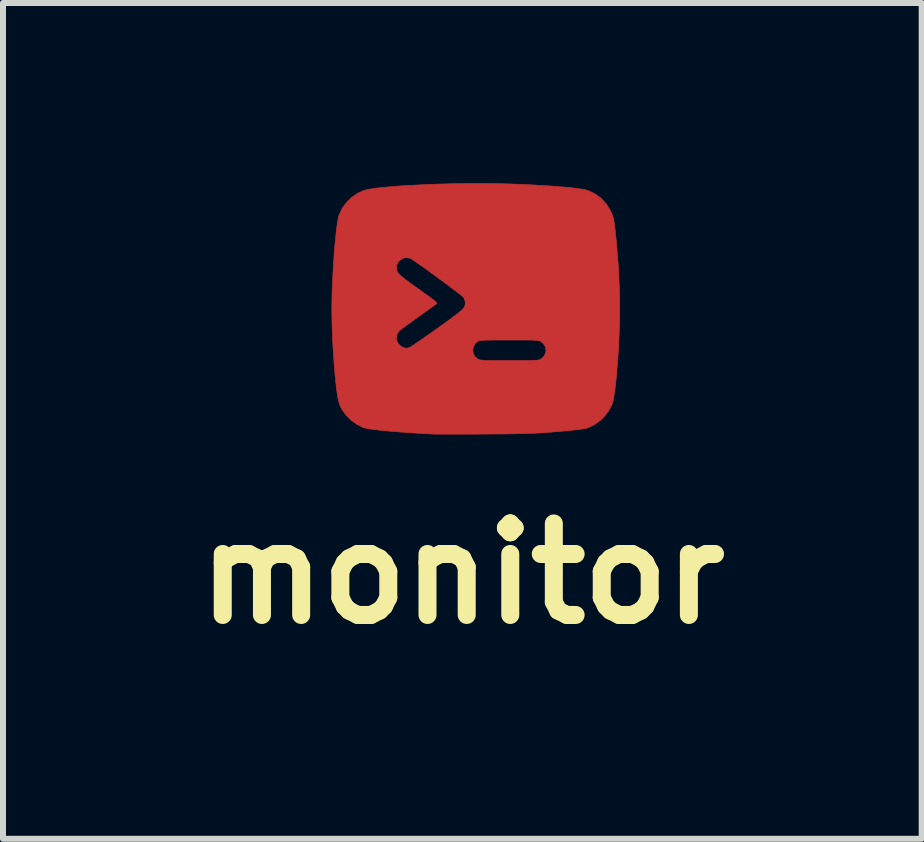
<source format=kicad_pcb>
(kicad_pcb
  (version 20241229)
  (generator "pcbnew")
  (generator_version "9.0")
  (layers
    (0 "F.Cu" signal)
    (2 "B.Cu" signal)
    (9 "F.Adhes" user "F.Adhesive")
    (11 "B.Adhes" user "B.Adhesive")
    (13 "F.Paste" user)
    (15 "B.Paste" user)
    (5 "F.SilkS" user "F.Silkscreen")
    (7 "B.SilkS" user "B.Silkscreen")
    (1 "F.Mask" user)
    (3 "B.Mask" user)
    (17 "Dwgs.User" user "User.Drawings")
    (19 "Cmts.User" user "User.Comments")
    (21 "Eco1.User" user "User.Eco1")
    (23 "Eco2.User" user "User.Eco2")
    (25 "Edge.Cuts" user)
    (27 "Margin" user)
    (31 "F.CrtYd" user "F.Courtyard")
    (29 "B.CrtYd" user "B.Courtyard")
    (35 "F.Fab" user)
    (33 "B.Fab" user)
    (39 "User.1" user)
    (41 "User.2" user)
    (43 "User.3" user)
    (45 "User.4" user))
  (footprint "monitor"
    (layer "F.Cu")
    (at 4.652 6.505)
    (property "Reference" "monitor" (at 0 0 0) (layer "F.SilkS") (effects (font (size 1.524 1.524) (thickness 0.3))))
    (attr through_hole)
    (fp_poly (pts (xy 0.362 -6.5) (xy 0.529 -6.498) (xy 0.658 -6.495) (xy 0.853 -6.489) (xy 1.041 -6.481) (xy 1.22 -6.472) (xy 1.388 -6.462) (xy 1.544 -6.451) (xy 1.685 -6.44) (xy 1.809 -6.428) (xy 1.916 -6.415) (xy 2.002 -6.402) (xy 2.066 -6.39) (xy 2.098 -6.38) (xy 2.215 -6.323) (xy 2.318 -6.246) (xy 2.404 -6.15) (xy 2.468 -6.044) (xy 2.485 -6.008) (xy 2.499 -5.974) (xy 2.511 -5.939) (xy 2.521 -5.899) (xy 2.529 -5.85) (xy 2.538 -5.788) (xy 2.547 -5.71) (xy 2.557 -5.611) (xy 2.562 -5.568) (xy 2.6 -5.1) (xy 2.62 -4.644) (xy 2.62 -4.193) (xy 2.602 -3.741) (xy 2.566 -3.284) (xy 2.549 -3.125) (xy 2.537 -3.03) (xy 2.525 -2.948) (xy 2.512 -2.882) (xy 2.5 -2.836) (xy 2.498 -2.83) (xy 2.446 -2.724) (xy 2.375 -2.627) (xy 2.289 -2.543) (xy 2.191 -2.475) (xy 2.087 -2.428) (xy 2.061 -2.42) (xy 2.023 -2.412) (xy 1.961 -2.403) (xy 1.877 -2.393) (xy 1.773 -2.382) (xy 1.649 -2.371) (xy 1.508 -2.359) (xy 1.363 -2.347) (xy 1.284 -2.342) (xy 1.193 -2.338) (xy 1.089 -2.334) (xy 0.969 -2.331) (xy 0.832 -2.328) (xy 0.674 -2.326) (xy 0.495 -2.325) (xy 0.34 -2.324) (xy 0.201 -2.323) (xy 0.067 -2.323) (xy -0.059 -2.323) (xy -0.174 -2.322) (xy -0.277 -2.323) (xy -0.364 -2.323) (xy -0.433 -2.323) (xy -0.481 -2.324) (xy -0.504 -2.325) (xy -0.68 -2.334) (xy -0.848 -2.345) (xy -1.005 -2.356) (xy -1.15 -2.367) (xy -1.281 -2.379) (xy -1.396 -2.391) (xy -1.493 -2.402) (xy -1.57 -2.414) (xy -1.624 -2.425) (xy -1.645 -2.431) (xy -1.756 -2.485) (xy -1.857 -2.557) (xy -1.943 -2.645) (xy -2.011 -2.743) (xy -2.047 -2.821) (xy -2.061 -2.871) (xy -2.076 -2.943) (xy -2.09 -3.036) (xy -2.103 -3.145) (xy -2.117 -3.269) (xy -2.129 -3.405) (xy -2.14 -3.549) (xy -2.15 -3.7) (xy -2.151 -3.717) (xy 0.174 -3.717) (xy 0.185 -3.661) (xy 0.213 -3.611) (xy 0.26 -3.573) (xy 0.265 -3.571) (xy 0.278 -3.565) (xy 0.295 -3.56) (xy 0.318 -3.557) (xy 0.35 -3.554) (xy 0.393 -3.552) (xy 0.45 -3.55) (xy 0.523 -3.549) (xy 0.616 -3.549) (xy 0.73 -3.549) (xy 0.785 -3.549) (xy 0.909 -3.549) (xy 1.01 -3.549) (xy 1.09 -3.55) (xy 1.153 -3.551) (xy 1.201 -3.553) (xy 1.237 -3.555) (xy 1.263 -3.558) (xy 1.282 -3.562) (xy 1.297 -3.568) (xy 1.305 -3.572) (xy 1.349 -3.608) (xy 1.381 -3.659) (xy 1.394 -3.714) (xy 1.395 -3.72) (xy 1.383 -3.775) (xy 1.353 -3.827) (xy 1.31 -3.865) (xy 1.305 -3.868) (xy 1.292 -3.874) (xy 1.276 -3.879) (xy 1.256 -3.883) (xy 1.227 -3.886) (xy 1.187 -3.888) (xy 1.134 -3.89) (xy 1.066 -3.891) (xy 0.979 -3.891) (xy 0.872 -3.891) (xy 0.779 -3.891) (xy 0.655 -3.891) (xy 0.554 -3.891) (xy 0.473 -3.89) (xy 0.41 -3.889) (xy 0.361 -3.888) (xy 0.326 -3.886) (xy 0.3 -3.882) (xy 0.281 -3.878) (xy 0.268 -3.873) (xy 0.256 -3.867) (xy 0.255 -3.867) (xy 0.21 -3.826) (xy 0.183 -3.774) (xy 0.174 -3.717) (xy -2.151 -3.717) (xy -2.159 -3.854) (xy -2.163 -3.943) (xy -1.099 -3.943) (xy -1.095 -3.889) (xy -1.072 -3.837) (xy -1.034 -3.795) (xy -0.981 -3.765) (xy -0.932 -3.754) (xy -0.91 -3.757) (xy -0.878 -3.768) (xy -0.875 -3.769) (xy -0.856 -3.78) (xy -0.819 -3.804) (xy -0.766 -3.84) (xy -0.7 -3.885) (xy -0.623 -3.939) (xy -0.537 -3.999) (xy -0.446 -4.064) (xy -0.413 -4.087) (xy -0.303 -4.166) (xy -0.212 -4.231) (xy -0.139 -4.286) (xy -0.08 -4.33) (xy -0.035 -4.367) (xy -0.002 -4.398) (xy 0.021 -4.423) (xy 0.035 -4.446) (xy 0.044 -4.468) (xy 0.047 -4.489) (xy 0.048 -4.513) (xy 0.048 -4.516) (xy 0.041 -4.557) (xy 0.025 -4.596) (xy 0.011 -4.61) (xy -0.021 -4.636) (xy -0.068 -4.674) (xy -0.128 -4.72) (xy -0.198 -4.773) (xy -0.276 -4.831) (xy -0.358 -4.891) (xy -0.442 -4.953) (xy -0.526 -5.014) (xy -0.606 -5.072) (xy -0.68 -5.125) (xy -0.746 -5.171) (xy -0.8 -5.209) (xy -0.841 -5.236) (xy -0.862 -5.248) (xy -0.915 -5.264) (xy -0.97 -5.258) (xy -1.021 -5.234) (xy -1.063 -5.196) (xy -1.09 -5.147) (xy -1.098 -5.1) (xy -1.097 -5.074) (xy -1.092 -5.049) (xy -1.082 -5.026) (xy -1.064 -5) (xy -1.036 -4.972) (xy -0.997 -4.938) (xy -0.944 -4.896) (xy -0.875 -4.845) (xy -0.789 -4.782) (xy -0.733 -4.743) (xy -0.643 -4.678) (xy -0.571 -4.627) (xy -0.516 -4.587) (xy -0.477 -4.557) (xy -0.45 -4.535) (xy -0.434 -4.519) (xy -0.427 -4.508) (xy -0.427 -4.5) (xy -0.432 -4.494) (xy -0.437 -4.49) (xy -0.455 -4.476) (xy -0.491 -4.451) (xy -0.541 -4.415) (xy -0.602 -4.371) (xy -0.672 -4.321) (xy -0.739 -4.273) (xy -0.814 -4.219) (xy -0.884 -4.168) (xy -0.946 -4.123) (xy -0.996 -4.086) (xy -1.031 -4.059) (xy -1.047 -4.046) (xy -1.084 -3.997) (xy -1.099 -3.943) (xy -2.163 -3.943) (xy -2.166 -4.008) (xy -2.171 -4.16) (xy -2.173 -4.308) (xy -2.174 -4.399) (xy -2.173 -4.535) (xy -2.17 -4.678) (xy -2.164 -4.826) (xy -2.157 -4.977) (xy -2.149 -5.128) (xy -2.139 -5.275) (xy -2.128 -5.416) (xy -2.116 -5.548) (xy -2.104 -5.669) (xy -2.091 -5.775) (xy -2.078 -5.864) (xy -2.065 -5.933) (xy -2.053 -5.975) (xy -2.002 -6.083) (xy -1.931 -6.182) (xy -1.843 -6.268) (xy -1.742 -6.337) (xy -1.644 -6.382) (xy -1.591 -6.396) (xy -1.515 -6.409) (xy -1.418 -6.423) (xy -1.302 -6.435) (xy -1.17 -6.447) (xy -1.025 -6.458) (xy -0.868 -6.467) (xy -0.701 -6.476) (xy -0.528 -6.484) (xy -0.35 -6.49) (xy -0.17 -6.495) (xy 0.011 -6.498) (xy 0.189 -6.5) (xy 0.362 -6.5)) (stroke (width 0.01) (type solid)) (fill yes) (layer "F.Cu"))
    (fp_poly (pts (xy 0.362 -6.5) (xy 0.529 -6.498) (xy 0.658 -6.495) (xy 0.853 -6.489) (xy 1.041 -6.481) (xy 1.22 -6.472) (xy 1.388 -6.462) (xy 1.544 -6.451) (xy 1.685 -6.44) (xy 1.809 -6.428) (xy 1.916 -6.415) (xy 2.002 -6.402) (xy 2.066 -6.39) (xy 2.098 -6.38) (xy 2.215 -6.323) (xy 2.318 -6.246) (xy 2.404 -6.15) (xy 2.468 -6.044) (xy 2.485 -6.008) (xy 2.499 -5.974) (xy 2.511 -5.939) (xy 2.521 -5.899) (xy 2.529 -5.85) (xy 2.538 -5.788) (xy 2.547 -5.71) (xy 2.557 -5.611) (xy 2.562 -5.568) (xy 2.6 -5.1) (xy 2.62 -4.644) (xy 2.62 -4.193) (xy 2.602 -3.741) (xy 2.566 -3.284) (xy 2.549 -3.125) (xy 2.537 -3.03) (xy 2.525 -2.948) (xy 2.512 -2.882) (xy 2.5 -2.836) (xy 2.498 -2.83) (xy 2.446 -2.724) (xy 2.375 -2.627) (xy 2.289 -2.543) (xy 2.191 -2.475) (xy 2.087 -2.428) (xy 2.061 -2.42) (xy 2.023 -2.412) (xy 1.961 -2.403) (xy 1.877 -2.393) (xy 1.773 -2.382) (xy 1.649 -2.371) (xy 1.508 -2.359) (xy 1.363 -2.347) (xy 1.284 -2.342) (xy 1.193 -2.338) (xy 1.089 -2.334) (xy 0.969 -2.331) (xy 0.832 -2.328) (xy 0.674 -2.326) (xy 0.495 -2.325) (xy 0.34 -2.324) (xy 0.201 -2.323) (xy 0.067 -2.323) (xy -0.059 -2.323) (xy -0.174 -2.322) (xy -0.277 -2.323) (xy -0.364 -2.323) (xy -0.433 -2.323) (xy -0.481 -2.324) (xy -0.504 -2.325) (xy -0.68 -2.334) (xy -0.848 -2.345) (xy -1.005 -2.356) (xy -1.15 -2.367) (xy -1.281 -2.379) (xy -1.396 -2.391) (xy -1.493 -2.402) (xy -1.57 -2.414) (xy -1.624 -2.425) (xy -1.645 -2.431) (xy -1.756 -2.485) (xy -1.857 -2.557) (xy -1.943 -2.645) (xy -2.011 -2.743) (xy -2.047 -2.821) (xy -2.061 -2.871) (xy -2.076 -2.943) (xy -2.09 -3.036) (xy -2.103 -3.145) (xy -2.117 -3.269) (xy -2.129 -3.405) (xy -2.14 -3.549) (xy -2.15 -3.7) (xy -2.151 -3.717) (xy 0.174 -3.717) (xy 0.185 -3.661) (xy 0.213 -3.611) (xy 0.26 -3.573) (xy 0.265 -3.571) (xy 0.278 -3.565) (xy 0.295 -3.56) (xy 0.318 -3.557) (xy 0.35 -3.554) (xy 0.393 -3.552) (xy 0.45 -3.55) (xy 0.523 -3.549) (xy 0.616 -3.549) (xy 0.73 -3.549) (xy 0.785 -3.549) (xy 0.909 -3.549) (xy 1.01 -3.549) (xy 1.09 -3.55) (xy 1.153 -3.551) (xy 1.201 -3.553) (xy 1.237 -3.555) (xy 1.263 -3.558) (xy 1.282 -3.562) (xy 1.297 -3.568) (xy 1.305 -3.572) (xy 1.349 -3.608) (xy 1.381 -3.659) (xy 1.394 -3.714) (xy 1.395 -3.72) (xy 1.383 -3.775) (xy 1.353 -3.827) (xy 1.31 -3.865) (xy 1.305 -3.868) (xy 1.292 -3.874) (xy 1.276 -3.879) (xy 1.256 -3.883) (xy 1.227 -3.886) (xy 1.187 -3.888) (xy 1.134 -3.89) (xy 1.066 -3.891) (xy 0.979 -3.891) (xy 0.872 -3.891) (xy 0.779 -3.891) (xy 0.655 -3.891) (xy 0.554 -3.891) (xy 0.473 -3.89) (xy 0.41 -3.889) (xy 0.361 -3.888) (xy 0.326 -3.886) (xy 0.3 -3.882) (xy 0.281 -3.878) (xy 0.268 -3.873) (xy 0.256 -3.867) (xy 0.255 -3.867) (xy 0.21 -3.826) (xy 0.183 -3.774) (xy 0.174 -3.717) (xy -2.151 -3.717) (xy -2.159 -3.854) (xy -2.163 -3.943) (xy -1.099 -3.943) (xy -1.095 -3.889) (xy -1.072 -3.837) (xy -1.034 -3.795) (xy -0.981 -3.765) (xy -0.932 -3.754) (xy -0.91 -3.757) (xy -0.878 -3.768) (xy -0.875 -3.769) (xy -0.856 -3.78) (xy -0.819 -3.804) (xy -0.766 -3.84) (xy -0.7 -3.885) (xy -0.623 -3.939) (xy -0.537 -3.999) (xy -0.446 -4.064) (xy -0.413 -4.087) (xy -0.303 -4.166) (xy -0.212 -4.231) (xy -0.139 -4.286) (xy -0.08 -4.33) (xy -0.035 -4.367) (xy -0.002 -4.398) (xy 0.021 -4.423) (xy 0.035 -4.446) (xy 0.044 -4.468) (xy 0.047 -4.489) (xy 0.048 -4.513) (xy 0.048 -4.516) (xy 0.041 -4.557) (xy 0.025 -4.596) (xy 0.011 -4.61) (xy -0.021 -4.636) (xy -0.068 -4.674) (xy -0.128 -4.72) (xy -0.198 -4.773) (xy -0.276 -4.831) (xy -0.358 -4.891) (xy -0.442 -4.953) (xy -0.526 -5.014) (xy -0.606 -5.072) (xy -0.68 -5.125) (xy -0.746 -5.171) (xy -0.8 -5.209) (xy -0.841 -5.236) (xy -0.862 -5.248) (xy -0.915 -5.264) (xy -0.97 -5.258) (xy -1.021 -5.234) (xy -1.063 -5.196) (xy -1.09 -5.147) (xy -1.098 -5.1) (xy -1.097 -5.074) (xy -1.092 -5.049) (xy -1.082 -5.026) (xy -1.064 -5) (xy -1.036 -4.972) (xy -0.997 -4.938) (xy -0.944 -4.896) (xy -0.875 -4.845) (xy -0.789 -4.782) (xy -0.733 -4.743) (xy -0.643 -4.678) (xy -0.571 -4.627) (xy -0.516 -4.587) (xy -0.477 -4.557) (xy -0.45 -4.535) (xy -0.434 -4.519) (xy -0.427 -4.508) (xy -0.427 -4.5) (xy -0.432 -4.494) (xy -0.437 -4.49) (xy -0.455 -4.476) (xy -0.491 -4.451) (xy -0.541 -4.415) (xy -0.602 -4.371) (xy -0.672 -4.321) (xy -0.739 -4.273) (xy -0.814 -4.219) (xy -0.884 -4.168) (xy -0.946 -4.123) (xy -0.996 -4.086) (xy -1.031 -4.059) (xy -1.047 -4.046) (xy -1.084 -3.997) (xy -1.099 -3.943) (xy -2.163 -3.943) (xy -2.166 -4.008) (xy -2.171 -4.16) (xy -2.173 -4.308) (xy -2.174 -4.399) (xy -2.173 -4.535) (xy -2.17 -4.678) (xy -2.164 -4.826) (xy -2.157 -4.977) (xy -2.149 -5.128) (xy -2.139 -5.275) (xy -2.128 -5.416) (xy -2.116 -5.548) (xy -2.104 -5.669) (xy -2.091 -5.775) (xy -2.078 -5.864) (xy -2.065 -5.933) (xy -2.053 -5.975) (xy -2.002 -6.083) (xy -1.931 -6.182) (xy -1.843 -6.268) (xy -1.742 -6.337) (xy -1.644 -6.382) (xy -1.591 -6.396) (xy -1.515 -6.409) (xy -1.418 -6.423) (xy -1.302 -6.435) (xy -1.17 -6.447) (xy -1.025 -6.458) (xy -0.868 -6.467) (xy -0.701 -6.476) (xy -0.528 -6.484) (xy -0.35 -6.49) (xy -0.17 -6.495) (xy 0.011 -6.498) (xy 0.189 -6.5) (xy 0.362 -6.5)) (stroke (width 0.01) (type solid)) (fill yes) (layer "F.Mask")))
  (gr_rect
    (start -3 -3)
    (end 12.304 10.923)
    (stroke (width 0.1) (type default))
    (fill no)
    (layer "Edge.Cuts")))
</source>
